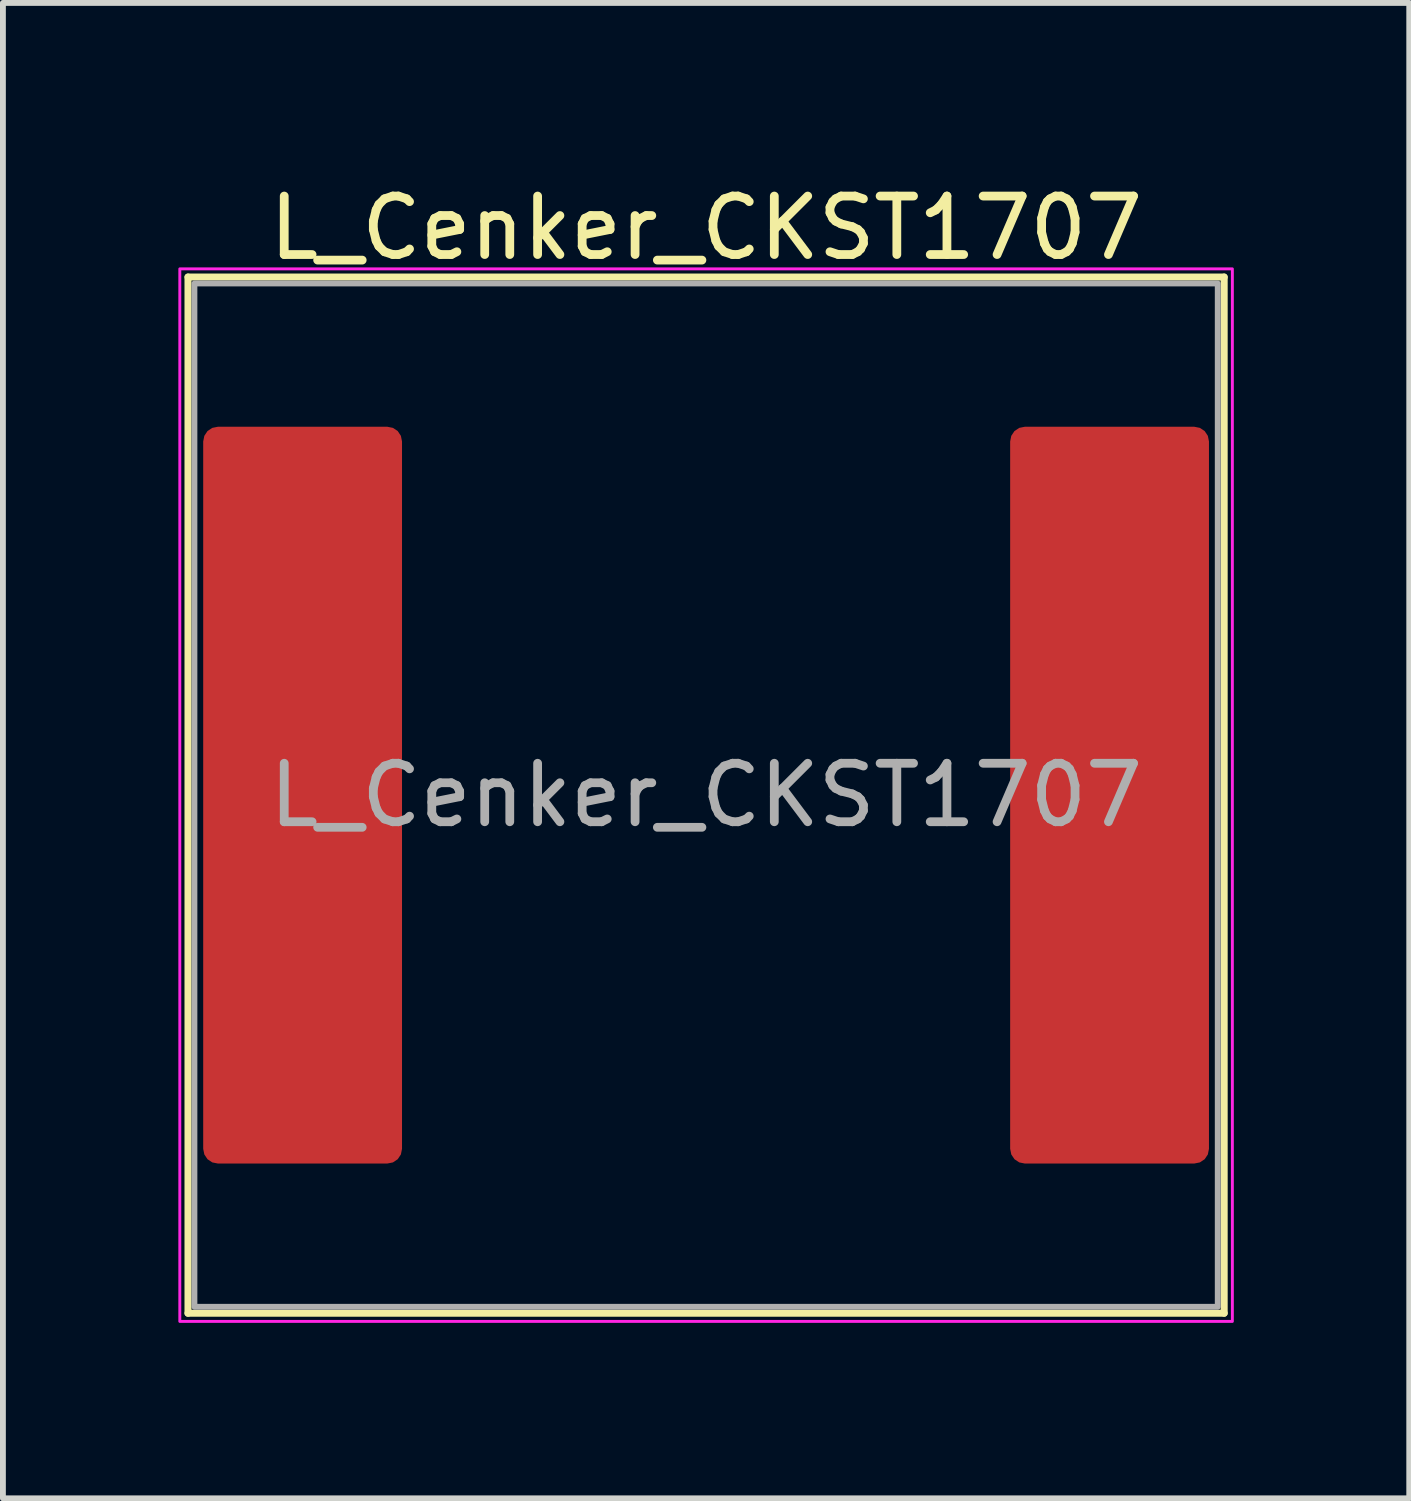
<source format=kicad_pcb>
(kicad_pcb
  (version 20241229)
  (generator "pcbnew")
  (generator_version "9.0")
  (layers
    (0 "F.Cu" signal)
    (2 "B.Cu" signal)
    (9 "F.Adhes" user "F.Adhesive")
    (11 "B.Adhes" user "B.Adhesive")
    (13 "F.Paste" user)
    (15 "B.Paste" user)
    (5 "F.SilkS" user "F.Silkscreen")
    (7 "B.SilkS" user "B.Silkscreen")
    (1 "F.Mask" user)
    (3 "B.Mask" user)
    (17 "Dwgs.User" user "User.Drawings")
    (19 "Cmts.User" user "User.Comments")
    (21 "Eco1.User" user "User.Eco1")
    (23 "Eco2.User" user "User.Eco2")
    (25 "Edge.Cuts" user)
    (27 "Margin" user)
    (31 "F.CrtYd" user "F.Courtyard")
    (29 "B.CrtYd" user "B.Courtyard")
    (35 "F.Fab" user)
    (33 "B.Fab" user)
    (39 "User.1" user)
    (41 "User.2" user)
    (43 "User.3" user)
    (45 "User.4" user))
  (footprint "L_Cenker_CKST1707"
    (layer "F.Cu")
    (at 9.025 10.548)
    (property "Reference" "L_Cenker_CKST1707" (at 0 -9.7 0) (layer "F.SilkS") (effects (font (size 1 1) (thickness 0.15))))
    (attr smd)
    (fp_line (start -8.86 -8.86) (end 8.86 -8.86) (stroke (width 0.12) (type solid)) (layer "F.SilkS"))
    (fp_line (start -8.86 8.86) (end -8.86 -8.86) (stroke (width 0.12) (type solid)) (layer "F.SilkS"))
    (fp_line (start 8.86 -8.86) (end 8.86 8.86) (stroke (width 0.12) (type solid)) (layer "F.SilkS"))
    (fp_line (start 8.86 8.86) (end -8.86 8.86) (stroke (width 0.12) (type solid)) (layer "F.SilkS"))
    (fp_rect (start -9 -9) (end 9 9) (stroke (width 0.05) (type solid)) (fill no) (layer "F.CrtYd"))
    (fp_rect (start -8.75 -8.75) (end 8.75 8.75) (stroke (width 0.1) (type solid)) (fill no) (layer "F.Fab"))
    (fp_text user "${REFERENCE}" (at 0 0 0) (layer "F.Fab") (effects (font (size 1 1) (thickness 0.15))))
    (pad "1" smd roundrect (at -6.9 0) (size 3.4 12.6) (layers "F.Cu" "F.Mask" "F.Paste") (roundrect_rratio 0.074))
    (pad "2" smd roundrect (at 6.9 0) (size 3.4 12.6) (layers "F.Cu" "F.Mask" "F.Paste") (roundrect_rratio 0.074)))
  (gr_rect
    (start -3 -3)
    (end 21.05 22.573)
    (stroke (width 0.1) (type default))
    (fill no)
    (layer "Edge.Cuts")))
</source>
